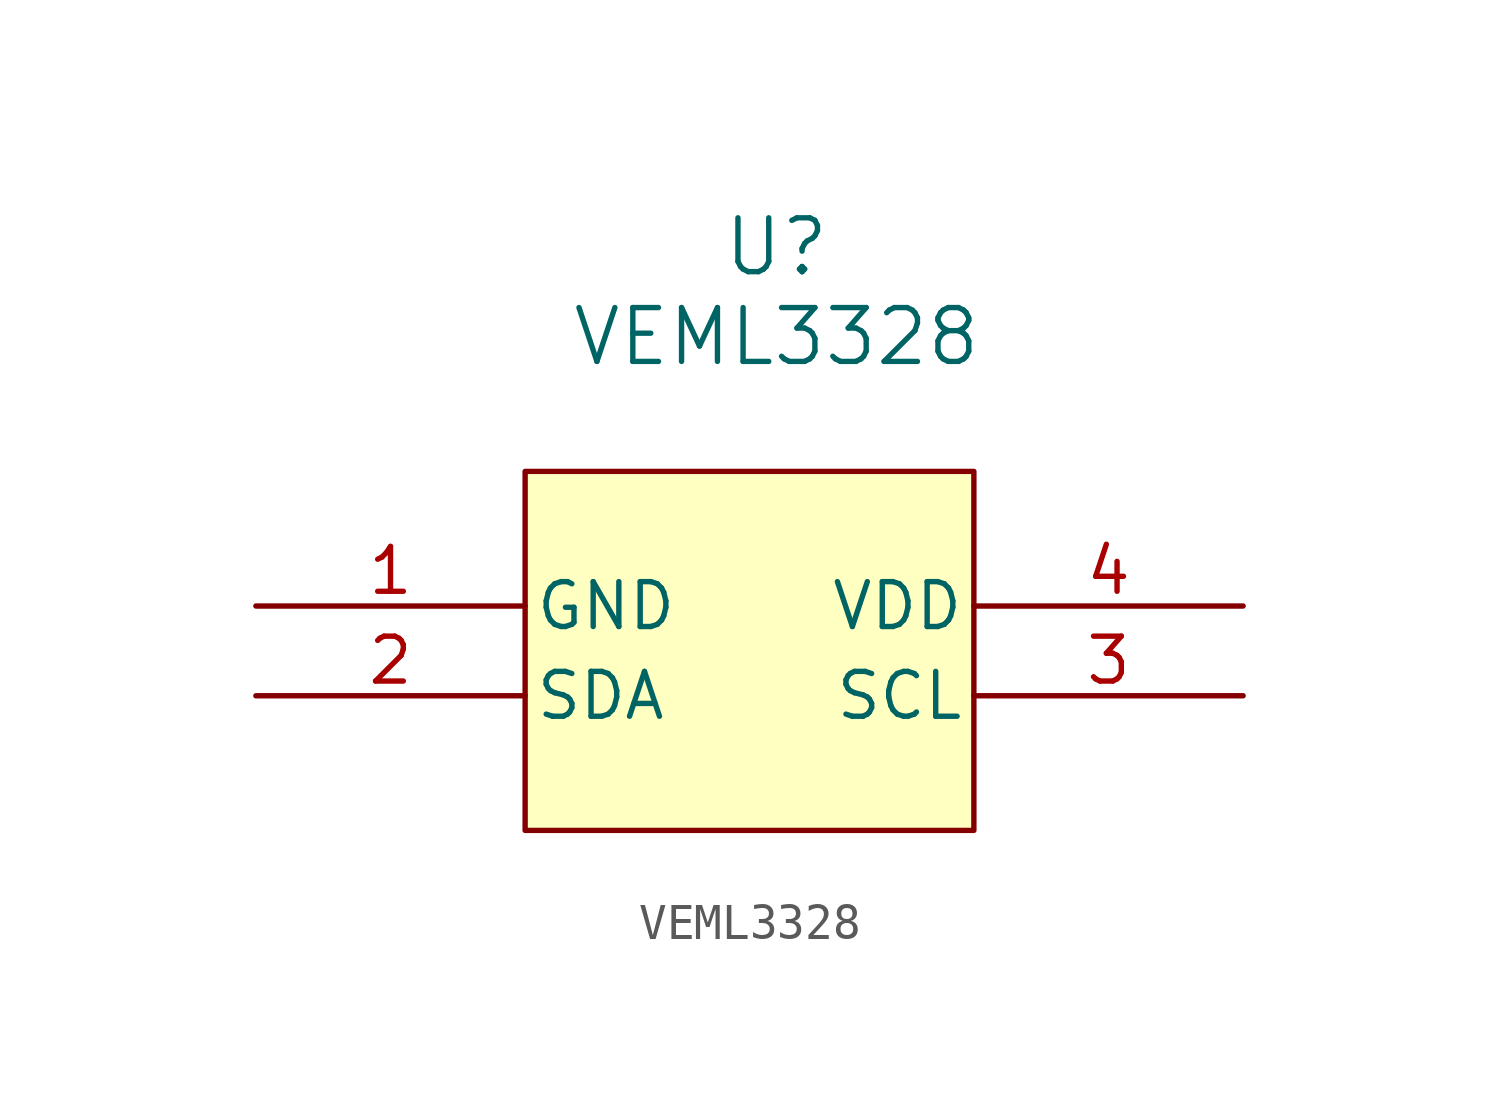
<source format=kicad_sym>
(kicad_symbol_lib
  (version 20241209)
  (generator "kicad_symbol_editor")
  (generator_version "9.0")
  (symbol "VEML3328"
    (pin_names
      (offset 0.254))
    (property "Reference" "U"
      (at 0.762 11.43 0)
      (effects (font (size 1.524 1.524))))
    (property "Value" "VEML3328"
      (at 0.762 8.89 0)
      (effects (font (size 1.524 1.524))))
    (symbol "VEML3328_1_1"
      (rectangle (start -6.35 5.08) (end 6.35 -5.08) (stroke (width 0) (type solid)) (fill (type background)))
      (pin power_in line (at -13.97 1.27 0) (length 7.62) (name "GND" (effects (font (size 1.27 1.27)))) (number "1" (effects (font (size 1.27 1.27)))))
      (pin bidirectional line (at -13.97 -1.27 0) (length 7.62) (name "SDA" (effects (font (size 1.27 1.27)))) (number "2" (effects (font (size 1.27 1.27)))))
      (pin power_in line (at 13.97 1.27 180) (length 7.62) (name "VDD" (effects (font (size 1.27 1.27)))) (number "4" (effects (font (size 1.27 1.27)))))
      (pin input line (at 13.97 -1.27 180) (length 7.62) (name "SCL" (effects (font (size 1.27 1.27)))) (number "3" (effects (font (size 1.27 1.27))))))))
</source>
